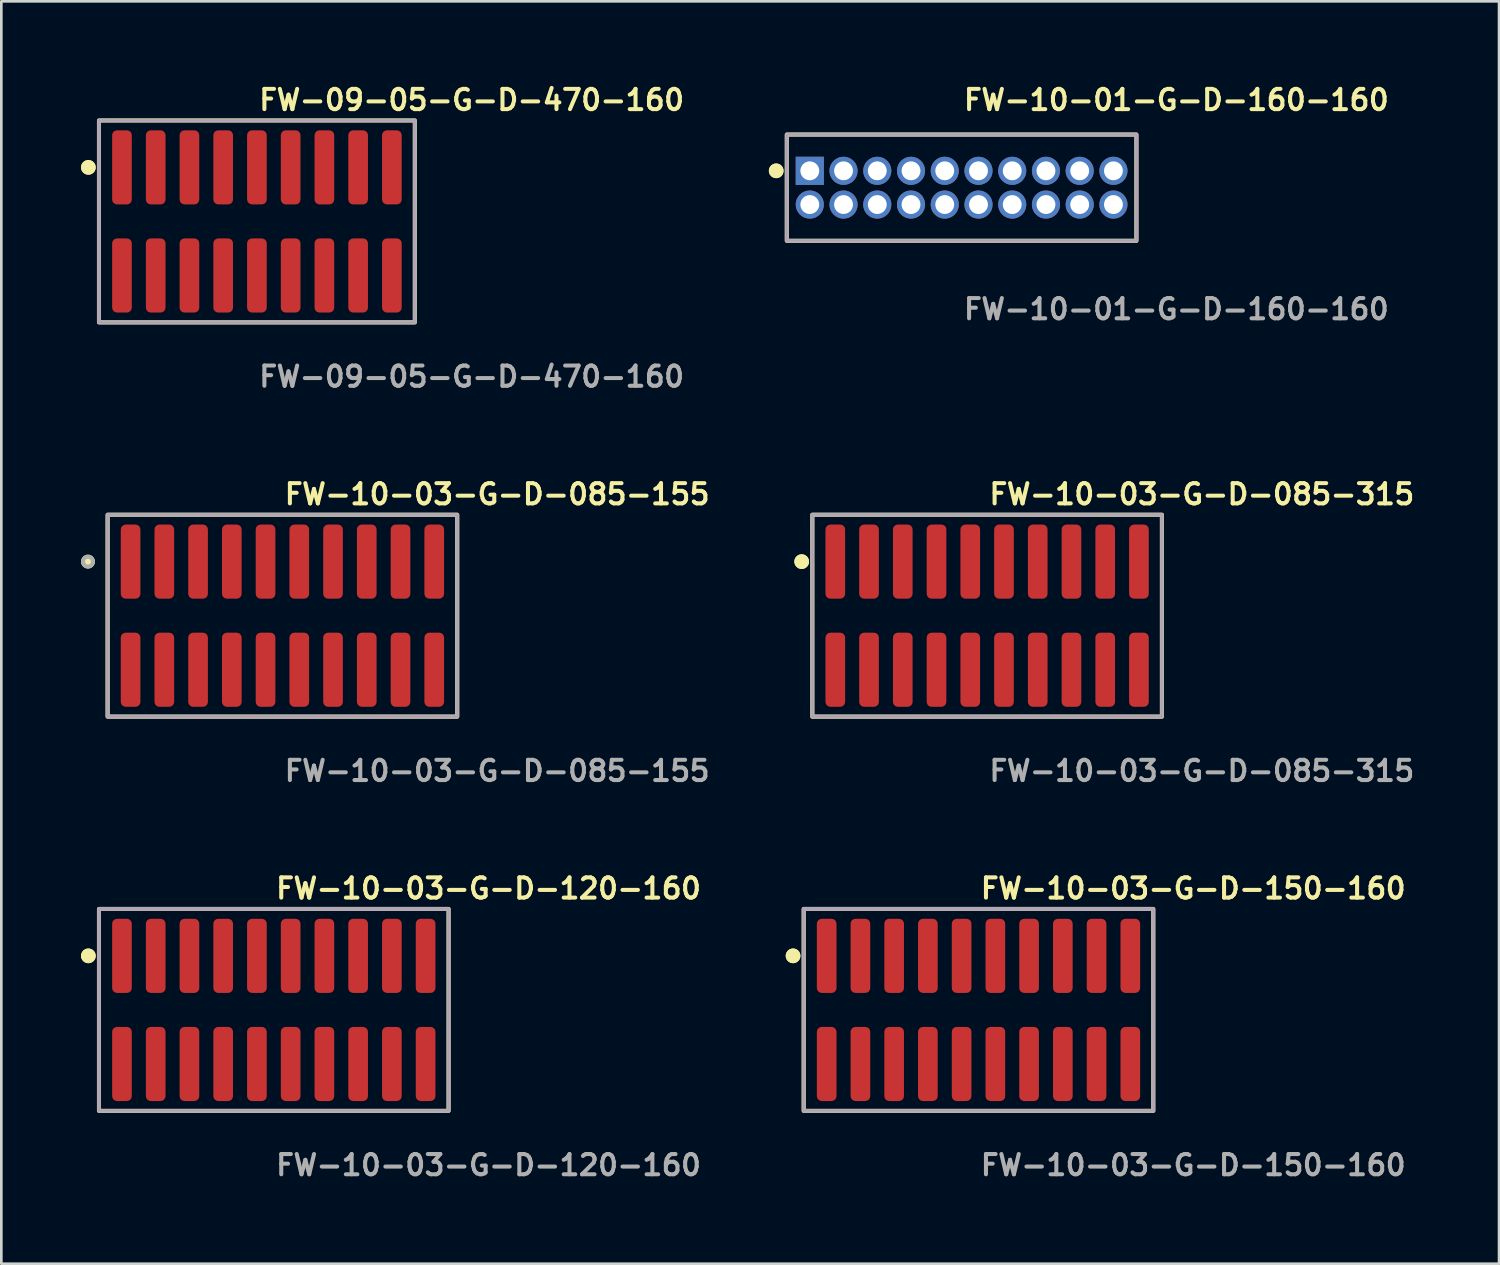
<source format=kicad_pcb>
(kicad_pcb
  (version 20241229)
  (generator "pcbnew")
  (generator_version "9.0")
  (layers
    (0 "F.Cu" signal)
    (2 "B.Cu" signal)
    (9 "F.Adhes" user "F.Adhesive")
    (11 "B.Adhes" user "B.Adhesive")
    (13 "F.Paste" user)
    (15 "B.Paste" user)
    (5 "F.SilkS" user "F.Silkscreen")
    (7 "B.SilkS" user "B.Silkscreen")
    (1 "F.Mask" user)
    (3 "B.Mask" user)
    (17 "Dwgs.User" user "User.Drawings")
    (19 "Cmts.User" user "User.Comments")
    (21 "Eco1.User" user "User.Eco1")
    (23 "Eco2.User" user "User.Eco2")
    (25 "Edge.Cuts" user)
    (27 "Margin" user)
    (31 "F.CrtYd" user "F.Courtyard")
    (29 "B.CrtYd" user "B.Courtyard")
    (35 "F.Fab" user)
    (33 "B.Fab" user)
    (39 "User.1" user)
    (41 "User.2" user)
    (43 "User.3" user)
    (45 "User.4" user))
  (footprint "FW-10-03-G-D-085-315"
    (layer "F.Cu")
    (at 34.108 20.126)
    (property "Reference" "FW-10-03-G-D-085-315" (at 0 -4.572 0) (unlocked yes) (layer "F.SilkS") (effects (font (size 0.762 0.762) (thickness 0.152)) (justify left)))
    (fp_rect (start -6.58 3.8) (end 6.58 -3.8) (stroke (width 0.152) (type solid)) (fill no) (layer "F.SilkS"))
    (fp_circle (center -6.98 -2.035) (end -7.18 -2.035) (stroke (width 0.152) (type solid)) (fill yes) (layer "F.SilkS"))
    (fp_circle (center -6.98 -2.035) (end -7.18 -2.035) (stroke (width 0.152) (type solid)) (fill yes) (layer "F.SilkS"))
    (fp_rect (start -6.58 3.8) (end 6.58 -3.8) (stroke (width 0.006) (type solid)) (fill no) (layer "F.CrtYd"))
    (fp_rect (start -6.58 3.8) (end 6.58 -3.8) (stroke (width 0.152) (type solid)) (fill no) (layer "F.Fab"))
    (fp_text user "${REFERENCE}" (at 0 5.842 0) (unlocked yes) (layer "F.Fab") (effects (font (size 0.762 0.762) (thickness 0.152)) (justify left)))
    (pad "1" smd roundrect (at -5.715 -2.035) (size 0.74 2.79) (layers "F.Cu" "F.Paste") (roundrect_rratio 0.25))
    (pad "2" smd roundrect (at -5.715 2.035) (size 0.74 2.79) (layers "F.Cu" "F.Paste") (roundrect_rratio 0.25))
    (pad "3" smd roundrect (at -4.445 -2.035) (size 0.74 2.79) (layers "F.Cu" "F.Paste") (roundrect_rratio 0.25))
    (pad "4" smd roundrect (at -4.445 2.035) (size 0.74 2.79) (layers "F.Cu" "F.Paste") (roundrect_rratio 0.25))
    (pad "5" smd roundrect (at -3.175 -2.035) (size 0.74 2.79) (layers "F.Cu" "F.Paste") (roundrect_rratio 0.25))
    (pad "6" smd roundrect (at -3.175 2.035) (size 0.74 2.79) (layers "F.Cu" "F.Paste") (roundrect_rratio 0.25))
    (pad "7" smd roundrect (at -1.905 -2.035) (size 0.74 2.79) (layers "F.Cu" "F.Paste") (roundrect_rratio 0.25))
    (pad "8" smd roundrect (at -1.905 2.035) (size 0.74 2.79) (layers "F.Cu" "F.Paste") (roundrect_rratio 0.25))
    (pad "9" smd roundrect (at -0.635 -2.035) (size 0.74 2.79) (layers "F.Cu" "F.Paste") (roundrect_rratio 0.25))
    (pad "10" smd roundrect (at -0.635 2.035) (size 0.74 2.79) (layers "F.Cu" "F.Paste") (roundrect_rratio 0.25))
    (pad "11" smd roundrect (at 0.635 -2.035) (size 0.74 2.79) (layers "F.Cu" "F.Paste") (roundrect_rratio 0.25))
    (pad "12" smd roundrect (at 0.635 2.035) (size 0.74 2.79) (layers "F.Cu" "F.Paste") (roundrect_rratio 0.25))
    (pad "13" smd roundrect (at 1.905 -2.035) (size 0.74 2.79) (layers "F.Cu" "F.Paste") (roundrect_rratio 0.25))
    (pad "14" smd roundrect (at 1.905 2.035) (size 0.74 2.79) (layers "F.Cu" "F.Paste") (roundrect_rratio 0.25))
    (pad "15" smd roundrect (at 3.175 -2.035) (size 0.74 2.79) (layers "F.Cu" "F.Paste") (roundrect_rratio 0.25))
    (pad "16" smd roundrect (at 3.175 2.035) (size 0.74 2.79) (layers "F.Cu" "F.Paste") (roundrect_rratio 0.25))
    (pad "17" smd roundrect (at 4.445 -2.035) (size 0.74 2.79) (layers "F.Cu" "F.Paste") (roundrect_rratio 0.25))
    (pad "18" smd roundrect (at 4.445 2.035) (size 0.74 2.79) (layers "F.Cu" "F.Paste") (roundrect_rratio 0.25))
    (pad "19" smd roundrect (at 5.715 -2.035) (size 0.74 2.79) (layers "F.Cu" "F.Paste") (roundrect_rratio 0.25))
    (pad "20" smd roundrect (at 5.715 2.035) (size 0.74 2.79) (layers "F.Cu" "F.Paste") (roundrect_rratio 0.25)))
  (footprint "FW-10-03-G-D-150-160"
    (layer "F.Cu")
    (at 33.783 34.966)
    (property "Reference" "FW-10-03-G-D-150-160" (at 0 -4.572 0) (unlocked yes) (layer "F.SilkS") (effects (font (size 0.762 0.762) (thickness 0.152)) (justify left)))
    (fp_rect (start -6.58 3.8) (end 6.58 -3.8) (stroke (width 0.152) (type solid)) (fill no) (layer "F.SilkS"))
    (fp_circle (center -6.98 -2.035) (end -7.18 -2.035) (stroke (width 0.152) (type solid)) (fill yes) (layer "F.SilkS"))
    (fp_circle (center -6.98 -2.035) (end -7.18 -2.035) (stroke (width 0.152) (type solid)) (fill yes) (layer "F.SilkS"))
    (fp_rect (start -6.58 3.8) (end 6.58 -3.8) (stroke (width 0.006) (type solid)) (fill no) (layer "F.CrtYd"))
    (fp_rect (start -6.58 3.8) (end 6.58 -3.8) (stroke (width 0.152) (type solid)) (fill no) (layer "F.Fab"))
    (fp_text user "${REFERENCE}" (at 0 5.842 0) (unlocked yes) (layer "F.Fab") (effects (font (size 0.762 0.762) (thickness 0.152)) (justify left)))
    (pad "1" smd roundrect (at -5.715 -2.035) (size 0.74 2.79) (layers "F.Cu" "F.Paste") (roundrect_rratio 0.25))
    (pad "2" smd roundrect (at -5.715 2.035) (size 0.74 2.79) (layers "F.Cu" "F.Paste") (roundrect_rratio 0.25))
    (pad "3" smd roundrect (at -4.445 -2.035) (size 0.74 2.79) (layers "F.Cu" "F.Paste") (roundrect_rratio 0.25))
    (pad "4" smd roundrect (at -4.445 2.035) (size 0.74 2.79) (layers "F.Cu" "F.Paste") (roundrect_rratio 0.25))
    (pad "5" smd roundrect (at -3.175 -2.035) (size 0.74 2.79) (layers "F.Cu" "F.Paste") (roundrect_rratio 0.25))
    (pad "6" smd roundrect (at -3.175 2.035) (size 0.74 2.79) (layers "F.Cu" "F.Paste") (roundrect_rratio 0.25))
    (pad "7" smd roundrect (at -1.905 -2.035) (size 0.74 2.79) (layers "F.Cu" "F.Paste") (roundrect_rratio 0.25))
    (pad "8" smd roundrect (at -1.905 2.035) (size 0.74 2.79) (layers "F.Cu" "F.Paste") (roundrect_rratio 0.25))
    (pad "9" smd roundrect (at -0.635 -2.035) (size 0.74 2.79) (layers "F.Cu" "F.Paste") (roundrect_rratio 0.25))
    (pad "10" smd roundrect (at -0.635 2.035) (size 0.74 2.79) (layers "F.Cu" "F.Paste") (roundrect_rratio 0.25))
    (pad "11" smd roundrect (at 0.635 -2.035) (size 0.74 2.79) (layers "F.Cu" "F.Paste") (roundrect_rratio 0.25))
    (pad "12" smd roundrect (at 0.635 2.035) (size 0.74 2.79) (layers "F.Cu" "F.Paste") (roundrect_rratio 0.25))
    (pad "13" smd roundrect (at 1.905 -2.035) (size 0.74 2.79) (layers "F.Cu" "F.Paste") (roundrect_rratio 0.25))
    (pad "14" smd roundrect (at 1.905 2.035) (size 0.74 2.79) (layers "F.Cu" "F.Paste") (roundrect_rratio 0.25))
    (pad "15" smd roundrect (at 3.175 -2.035) (size 0.74 2.79) (layers "F.Cu" "F.Paste") (roundrect_rratio 0.25))
    (pad "16" smd roundrect (at 3.175 2.035) (size 0.74 2.79) (layers "F.Cu" "F.Paste") (roundrect_rratio 0.25))
    (pad "17" smd roundrect (at 4.445 -2.035) (size 0.74 2.79) (layers "F.Cu" "F.Paste") (roundrect_rratio 0.25))
    (pad "18" smd roundrect (at 4.445 2.035) (size 0.74 2.79) (layers "F.Cu" "F.Paste") (roundrect_rratio 0.25))
    (pad "19" smd roundrect (at 5.715 -2.035) (size 0.74 2.79) (layers "F.Cu" "F.Paste") (roundrect_rratio 0.25))
    (pad "20" smd roundrect (at 5.715 2.035) (size 0.74 2.79) (layers "F.Cu" "F.Paste") (roundrect_rratio 0.25)))
  (footprint "FW-09-05-G-D-470-160"
    (layer "F.Cu")
    (at 6.621 5.285)
    (property "Reference" "FW-09-05-G-D-470-160" (at 0 -4.572 0) (unlocked yes) (layer "F.SilkS") (effects (font (size 0.762 0.762) (thickness 0.152)) (justify left)))
    (fp_rect (start -5.945 3.8) (end 5.945 -3.8) (stroke (width 0.152) (type solid)) (fill no) (layer "F.SilkS"))
    (fp_circle (center -6.345 -2.035) (end -6.545 -2.035) (stroke (width 0.152) (type solid)) (fill yes) (layer "F.SilkS"))
    (fp_circle (center -6.345 -2.035) (end -6.545 -2.035) (stroke (width 0.152) (type solid)) (fill yes) (layer "F.SilkS"))
    (fp_rect (start -5.945 3.8) (end 5.945 -3.8) (stroke (width 0.006) (type solid)) (fill no) (layer "F.CrtYd"))
    (fp_rect (start -5.945 3.8) (end 5.945 -3.8) (stroke (width 0.152) (type solid)) (fill no) (layer "F.Fab"))
    (fp_text user "${REFERENCE}" (at 0 5.842 0) (unlocked yes) (layer "F.Fab") (effects (font (size 0.762 0.762) (thickness 0.152)) (justify left)))
    (pad "1" smd roundrect (at -5.08 -2.035) (size 0.74 2.79) (layers "F.Cu" "F.Paste") (roundrect_rratio 0.25))
    (pad "2" smd roundrect (at -5.08 2.035) (size 0.74 2.79) (layers "F.Cu" "F.Paste") (roundrect_rratio 0.25))
    (pad "3" smd roundrect (at -3.81 -2.035) (size 0.74 2.79) (layers "F.Cu" "F.Paste") (roundrect_rratio 0.25))
    (pad "4" smd roundrect (at -3.81 2.035) (size 0.74 2.79) (layers "F.Cu" "F.Paste") (roundrect_rratio 0.25))
    (pad "5" smd roundrect (at -2.54 -2.035) (size 0.74 2.79) (layers "F.Cu" "F.Paste") (roundrect_rratio 0.25))
    (pad "6" smd roundrect (at -2.54 2.035) (size 0.74 2.79) (layers "F.Cu" "F.Paste") (roundrect_rratio 0.25))
    (pad "7" smd roundrect (at -1.27 -2.035) (size 0.74 2.79) (layers "F.Cu" "F.Paste") (roundrect_rratio 0.25))
    (pad "8" smd roundrect (at -1.27 2.035) (size 0.74 2.79) (layers "F.Cu" "F.Paste") (roundrect_rratio 0.25))
    (pad "9" smd roundrect (at 0 -2.035) (size 0.74 2.79) (layers "F.Cu" "F.Paste") (roundrect_rratio 0.25))
    (pad "10" smd roundrect (at 0 2.035) (size 0.74 2.79) (layers "F.Cu" "F.Paste") (roundrect_rratio 0.25))
    (pad "11" smd roundrect (at 1.27 -2.035) (size 0.74 2.79) (layers "F.Cu" "F.Paste") (roundrect_rratio 0.25))
    (pad "12" smd roundrect (at 1.27 2.035) (size 0.74 2.79) (layers "F.Cu" "F.Paste") (roundrect_rratio 0.25))
    (pad "13" smd roundrect (at 2.54 -2.035) (size 0.74 2.79) (layers "F.Cu" "F.Paste") (roundrect_rratio 0.25))
    (pad "14" smd roundrect (at 2.54 2.035) (size 0.74 2.79) (layers "F.Cu" "F.Paste") (roundrect_rratio 0.25))
    (pad "15" smd roundrect (at 3.81 -2.035) (size 0.74 2.79) (layers "F.Cu" "F.Paste") (roundrect_rratio 0.25))
    (pad "16" smd roundrect (at 3.81 2.035) (size 0.74 2.79) (layers "F.Cu" "F.Paste") (roundrect_rratio 0.25))
    (pad "17" smd roundrect (at 5.08 -2.035) (size 0.74 2.79) (layers "F.Cu" "F.Paste") (roundrect_rratio 0.25))
    (pad "18" smd roundrect (at 5.08 2.035) (size 0.74 2.79) (layers "F.Cu" "F.Paste") (roundrect_rratio 0.25)))
  (footprint "FW-10-03-G-D-120-160"
    (layer "F.Cu")
    (at 7.256 34.966)
    (property "Reference" "FW-10-03-G-D-120-160" (at 0 -4.572 0) (unlocked yes) (layer "F.SilkS") (effects (font (size 0.762 0.762) (thickness 0.152)) (justify left)))
    (fp_rect (start -6.58 3.8) (end 6.58 -3.8) (stroke (width 0.152) (type solid)) (fill no) (layer "F.SilkS"))
    (fp_circle (center -6.98 -2.035) (end -7.18 -2.035) (stroke (width 0.152) (type solid)) (fill yes) (layer "F.SilkS"))
    (fp_circle (center -6.98 -2.035) (end -7.18 -2.035) (stroke (width 0.152) (type solid)) (fill yes) (layer "F.SilkS"))
    (fp_rect (start -6.58 3.8) (end 6.58 -3.8) (stroke (width 0.006) (type solid)) (fill no) (layer "F.CrtYd"))
    (fp_rect (start -6.58 3.8) (end 6.58 -3.8) (stroke (width 0.152) (type solid)) (fill no) (layer "F.Fab"))
    (fp_text user "${REFERENCE}" (at 0 5.842 0) (unlocked yes) (layer "F.Fab") (effects (font (size 0.762 0.762) (thickness 0.152)) (justify left)))
    (pad "1" smd roundrect (at -5.715 -2.035) (size 0.74 2.79) (layers "F.Cu" "F.Paste") (roundrect_rratio 0.25))
    (pad "2" smd roundrect (at -5.715 2.035) (size 0.74 2.79) (layers "F.Cu" "F.Paste") (roundrect_rratio 0.25))
    (pad "3" smd roundrect (at -4.445 -2.035) (size 0.74 2.79) (layers "F.Cu" "F.Paste") (roundrect_rratio 0.25))
    (pad "4" smd roundrect (at -4.445 2.035) (size 0.74 2.79) (layers "F.Cu" "F.Paste") (roundrect_rratio 0.25))
    (pad "5" smd roundrect (at -3.175 -2.035) (size 0.74 2.79) (layers "F.Cu" "F.Paste") (roundrect_rratio 0.25))
    (pad "6" smd roundrect (at -3.175 2.035) (size 0.74 2.79) (layers "F.Cu" "F.Paste") (roundrect_rratio 0.25))
    (pad "7" smd roundrect (at -1.905 -2.035) (size 0.74 2.79) (layers "F.Cu" "F.Paste") (roundrect_rratio 0.25))
    (pad "8" smd roundrect (at -1.905 2.035) (size 0.74 2.79) (layers "F.Cu" "F.Paste") (roundrect_rratio 0.25))
    (pad "9" smd roundrect (at -0.635 -2.035) (size 0.74 2.79) (layers "F.Cu" "F.Paste") (roundrect_rratio 0.25))
    (pad "10" smd roundrect (at -0.635 2.035) (size 0.74 2.79) (layers "F.Cu" "F.Paste") (roundrect_rratio 0.25))
    (pad "11" smd roundrect (at 0.635 -2.035) (size 0.74 2.79) (layers "F.Cu" "F.Paste") (roundrect_rratio 0.25))
    (pad "12" smd roundrect (at 0.635 2.035) (size 0.74 2.79) (layers "F.Cu" "F.Paste") (roundrect_rratio 0.25))
    (pad "13" smd roundrect (at 1.905 -2.035) (size 0.74 2.79) (layers "F.Cu" "F.Paste") (roundrect_rratio 0.25))
    (pad "14" smd roundrect (at 1.905 2.035) (size 0.74 2.79) (layers "F.Cu" "F.Paste") (roundrect_rratio 0.25))
    (pad "15" smd roundrect (at 3.175 -2.035) (size 0.74 2.79) (layers "F.Cu" "F.Paste") (roundrect_rratio 0.25))
    (pad "16" smd roundrect (at 3.175 2.035) (size 0.74 2.79) (layers "F.Cu" "F.Paste") (roundrect_rratio 0.25))
    (pad "17" smd roundrect (at 4.445 -2.035) (size 0.74 2.79) (layers "F.Cu" "F.Paste") (roundrect_rratio 0.25))
    (pad "18" smd roundrect (at 4.445 2.035) (size 0.74 2.79) (layers "F.Cu" "F.Paste") (roundrect_rratio 0.25))
    (pad "19" smd roundrect (at 5.715 -2.035) (size 0.74 2.79) (layers "F.Cu" "F.Paste") (roundrect_rratio 0.25))
    (pad "20" smd roundrect (at 5.715 2.035) (size 0.74 2.79) (layers "F.Cu" "F.Paste") (roundrect_rratio 0.25)))
  (footprint "FW-10-03-G-D-085-155"
    (layer "F.Cu")
    (at 7.581 20.126)
    (property "Reference" "FW-10-03-G-D-085-155" (at 0 -4.572 0) (unlocked yes) (layer "F.SilkS") (effects (font (size 0.762 0.762) (thickness 0.152)) (justify left)))
    (fp_rect (start -6.58 3.8) (end 6.58 -3.8) (stroke (width 0.152) (type solid)) (fill no) (layer "F.SilkS"))
    (fp_circle (center -7.32 -2.035) (end -7.505 -2.035) (stroke (width 0.152) (type solid)) (fill yes) (layer "F.SilkS"))
    (fp_rect (start -6.58 3.8) (end 6.58 -3.8) (stroke (width 0.006) (type solid)) (fill no) (layer "F.CrtYd"))
    (fp_rect (start -6.58 3.8) (end 6.58 -3.8) (stroke (width 0.152) (type solid)) (fill no) (layer "F.Fab"))
    (fp_circle (center -7.32 -2.035) (end -7.505 -2.035) (stroke (width 0.152) (type solid)) (fill no) (layer "F.Fab"))
    (fp_text user "${REFERENCE}" (at 0 5.842 0) (unlocked yes) (layer "F.Fab") (effects (font (size 0.762 0.762) (thickness 0.152)) (justify left)))
    (pad "1" smd roundrect (at -5.715 -2.035) (size 0.74 2.79) (layers "F.Cu" "F.Paste") (roundrect_rratio 0.25))
    (pad "2" smd roundrect (at -5.715 2.035) (size 0.74 2.79) (layers "F.Cu" "F.Paste") (roundrect_rratio 0.25))
    (pad "3" smd roundrect (at -4.445 -2.035) (size 0.74 2.79) (layers "F.Cu" "F.Paste") (roundrect_rratio 0.25))
    (pad "4" smd roundrect (at -4.445 2.035) (size 0.74 2.79) (layers "F.Cu" "F.Paste") (roundrect_rratio 0.25))
    (pad "5" smd roundrect (at -3.175 -2.035) (size 0.74 2.79) (layers "F.Cu" "F.Paste") (roundrect_rratio 0.25))
    (pad "6" smd roundrect (at -3.175 2.035) (size 0.74 2.79) (layers "F.Cu" "F.Paste") (roundrect_rratio 0.25))
    (pad "7" smd roundrect (at -1.905 -2.035) (size 0.74 2.79) (layers "F.Cu" "F.Paste") (roundrect_rratio 0.25))
    (pad "8" smd roundrect (at -1.905 2.035) (size 0.74 2.79) (layers "F.Cu" "F.Paste") (roundrect_rratio 0.25))
    (pad "9" smd roundrect (at -0.635 -2.035) (size 0.74 2.79) (layers "F.Cu" "F.Paste") (roundrect_rratio 0.25))
    (pad "10" smd roundrect (at -0.635 2.035) (size 0.74 2.79) (layers "F.Cu" "F.Paste") (roundrect_rratio 0.25))
    (pad "11" smd roundrect (at 0.635 -2.035) (size 0.74 2.79) (layers "F.Cu" "F.Paste") (roundrect_rratio 0.25))
    (pad "12" smd roundrect (at 0.635 2.035) (size 0.74 2.79) (layers "F.Cu" "F.Paste") (roundrect_rratio 0.25))
    (pad "13" smd roundrect (at 1.905 -2.035) (size 0.74 2.79) (layers "F.Cu" "F.Paste") (roundrect_rratio 0.25))
    (pad "14" smd roundrect (at 1.905 2.035) (size 0.74 2.79) (layers "F.Cu" "F.Paste") (roundrect_rratio 0.25))
    (pad "15" smd roundrect (at 3.175 -2.035) (size 0.74 2.79) (layers "F.Cu" "F.Paste") (roundrect_rratio 0.25))
    (pad "16" smd roundrect (at 3.175 2.035) (size 0.74 2.79) (layers "F.Cu" "F.Paste") (roundrect_rratio 0.25))
    (pad "17" smd roundrect (at 4.445 -2.035) (size 0.74 2.79) (layers "F.Cu" "F.Paste") (roundrect_rratio 0.25))
    (pad "18" smd roundrect (at 4.445 2.035) (size 0.74 2.79) (layers "F.Cu" "F.Paste") (roundrect_rratio 0.25))
    (pad "19" smd roundrect (at 5.715 -2.035) (size 0.74 2.79) (layers "F.Cu" "F.Paste") (roundrect_rratio 0.25))
    (pad "20" smd roundrect (at 5.715 2.035) (size 0.74 2.79) (layers "F.Cu" "F.Paste") (roundrect_rratio 0.25)))
  (footprint "FW-10-01-G-D-160-160"
    (layer "F.Cu")
    (at 33.148 4.015)
    (property "Reference" "FW-10-01-G-D-160-160" (at 0 -3.302 0) (unlocked yes) (layer "F.SilkS") (effects (font (size 0.762 0.762) (thickness 0.152)) (justify left)))
    (fp_rect (start -6.58 2) (end 6.58 -2) (stroke (width 0.152) (type solid)) (fill no) (layer "F.SilkS"))
    (fp_circle (center -6.98 -0.635) (end -7.18 -0.635) (stroke (width 0.152) (type solid)) (fill yes) (layer "F.SilkS"))
    (fp_circle (center -6.98 -0.635) (end -7.18 -0.635) (stroke (width 0.152) (type solid)) (fill yes) (layer "F.SilkS"))
    (fp_rect (start -6.58 2) (end 6.58 -2) (stroke (width 0.006) (type solid)) (fill no) (layer "F.CrtYd"))
    (fp_rect (start -6.58 2) (end 6.58 -2) (stroke (width 0.152) (type solid)) (fill no) (layer "F.Fab"))
    (fp_text user "${REFERENCE}" (at 0 4.572 0) (unlocked yes) (layer "F.Fab") (effects (font (size 0.762 0.762) (thickness 0.152)) (justify left)))
    (pad "1" thru_hole rect (at -5.715 -0.635) (size 1.06 1.06) (drill 0.71) (layers "*.Cu" "*.Mask"))
    (pad "2" thru_hole circle (at -5.715 0.635) (size 1.06 1.06) (drill 0.71) (layers "*.Cu" "*.Mask"))
    (pad "3" thru_hole circle (at -4.445 -0.635) (size 1.06 1.06) (drill 0.71) (layers "*.Cu" "*.Mask"))
    (pad "4" thru_hole circle (at -4.445 0.635) (size 1.06 1.06) (drill 0.71) (layers "*.Cu" "*.Mask"))
    (pad "5" thru_hole circle (at -3.175 -0.635) (size 1.06 1.06) (drill 0.71) (layers "*.Cu" "*.Mask"))
    (pad "6" thru_hole circle (at -3.175 0.635) (size 1.06 1.06) (drill 0.71) (layers "*.Cu" "*.Mask"))
    (pad "7" thru_hole circle (at -1.905 -0.635) (size 1.06 1.06) (drill 0.71) (layers "*.Cu" "*.Mask"))
    (pad "8" thru_hole circle (at -1.905 0.635) (size 1.06 1.06) (drill 0.71) (layers "*.Cu" "*.Mask"))
    (pad "9" thru_hole circle (at -0.635 -0.635) (size 1.06 1.06) (drill 0.71) (layers "*.Cu" "*.Mask"))
    (pad "10" thru_hole circle (at -0.635 0.635) (size 1.06 1.06) (drill 0.71) (layers "*.Cu" "*.Mask"))
    (pad "11" thru_hole circle (at 0.635 -0.635) (size 1.06 1.06) (drill 0.71) (layers "*.Cu" "*.Mask"))
    (pad "12" thru_hole circle (at 0.635 0.635) (size 1.06 1.06) (drill 0.71) (layers "*.Cu" "*.Mask"))
    (pad "13" thru_hole circle (at 1.905 -0.635) (size 1.06 1.06) (drill 0.71) (layers "*.Cu" "*.Mask"))
    (pad "14" thru_hole circle (at 1.905 0.635) (size 1.06 1.06) (drill 0.71) (layers "*.Cu" "*.Mask"))
    (pad "15" thru_hole circle (at 3.175 -0.635) (size 1.06 1.06) (drill 0.71) (layers "*.Cu" "*.Mask"))
    (pad "16" thru_hole circle (at 3.175 0.635) (size 1.06 1.06) (drill 0.71) (layers "*.Cu" "*.Mask"))
    (pad "17" thru_hole circle (at 4.445 -0.635) (size 1.06 1.06) (drill 0.71) (layers "*.Cu" "*.Mask"))
    (pad "18" thru_hole circle (at 4.445 0.635) (size 1.06 1.06) (drill 0.71) (layers "*.Cu" "*.Mask"))
    (pad "19" thru_hole circle (at 5.715 -0.635) (size 1.06 1.06) (drill 0.71) (layers "*.Cu" "*.Mask"))
    (pad "20" thru_hole circle (at 5.715 0.635) (size 1.06 1.06) (drill 0.71) (layers "*.Cu" "*.Mask")))
  (gr_rect
    (start -3 -3)
    (end 53.378 44.521)
    (stroke (width 0.1) (type default))
    (fill no)
    (layer "Edge.Cuts")))
</source>
